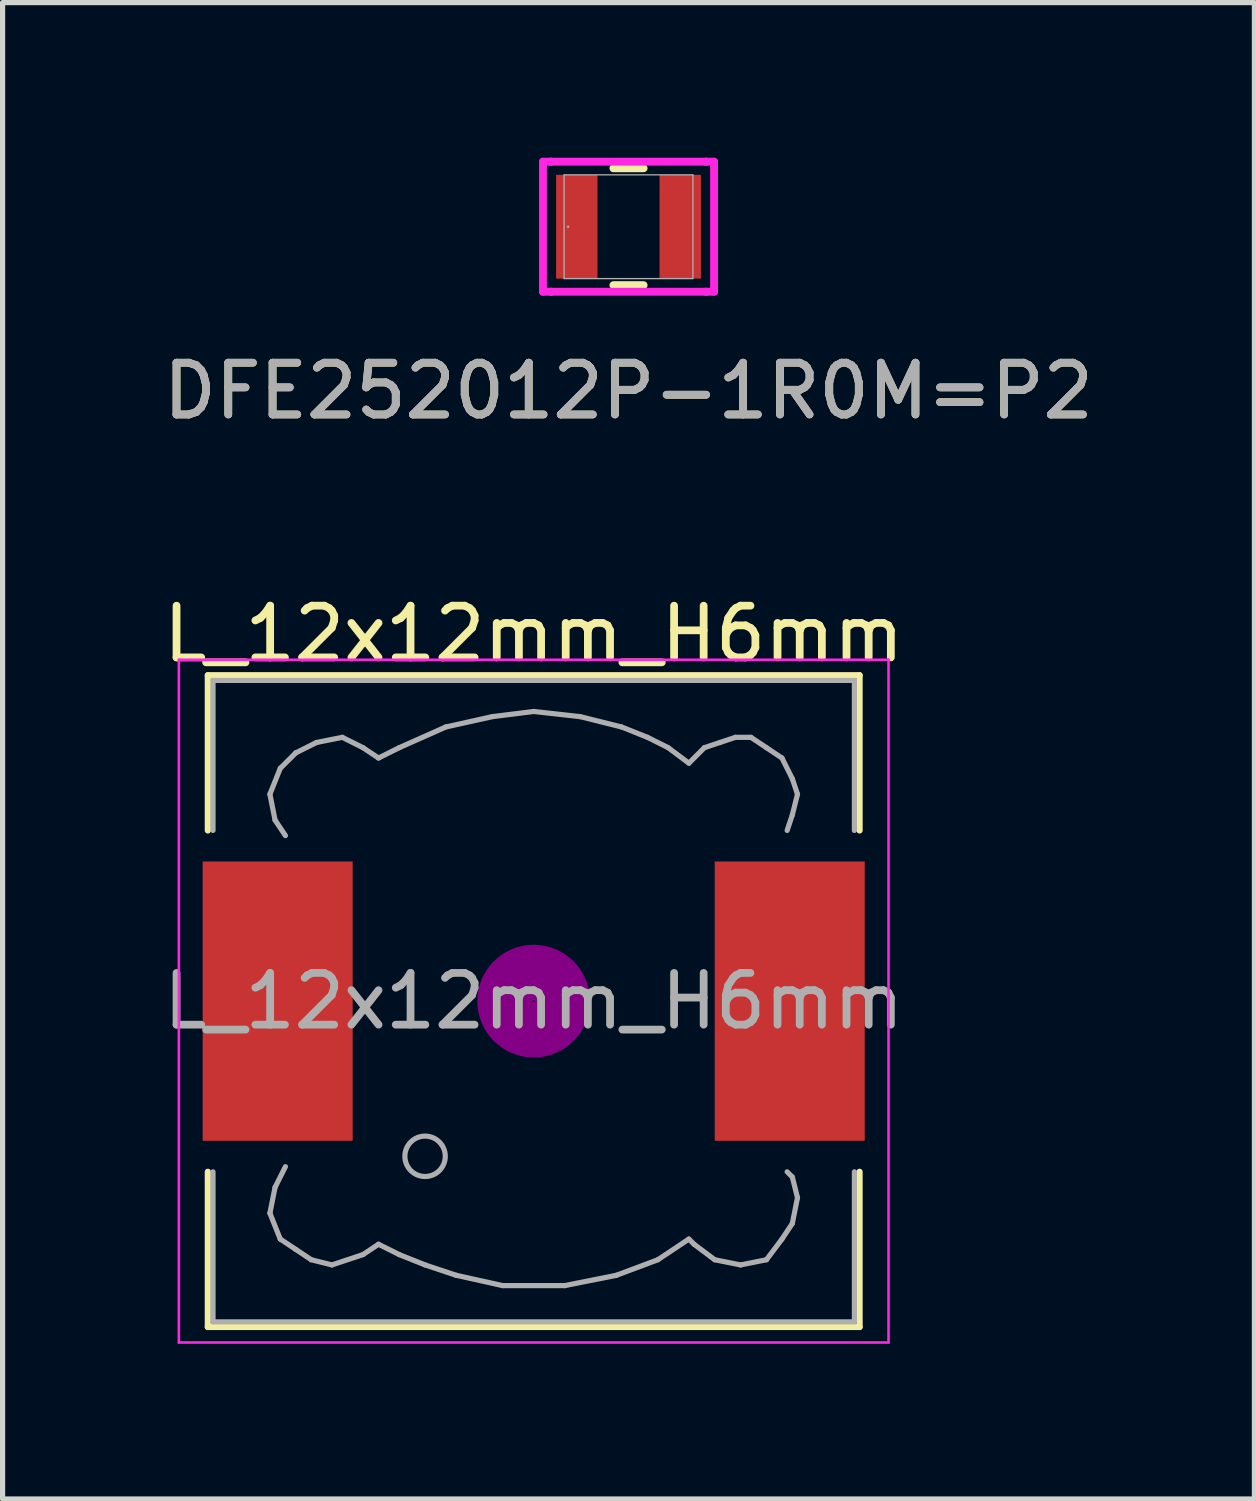
<source format=kicad_pcb>
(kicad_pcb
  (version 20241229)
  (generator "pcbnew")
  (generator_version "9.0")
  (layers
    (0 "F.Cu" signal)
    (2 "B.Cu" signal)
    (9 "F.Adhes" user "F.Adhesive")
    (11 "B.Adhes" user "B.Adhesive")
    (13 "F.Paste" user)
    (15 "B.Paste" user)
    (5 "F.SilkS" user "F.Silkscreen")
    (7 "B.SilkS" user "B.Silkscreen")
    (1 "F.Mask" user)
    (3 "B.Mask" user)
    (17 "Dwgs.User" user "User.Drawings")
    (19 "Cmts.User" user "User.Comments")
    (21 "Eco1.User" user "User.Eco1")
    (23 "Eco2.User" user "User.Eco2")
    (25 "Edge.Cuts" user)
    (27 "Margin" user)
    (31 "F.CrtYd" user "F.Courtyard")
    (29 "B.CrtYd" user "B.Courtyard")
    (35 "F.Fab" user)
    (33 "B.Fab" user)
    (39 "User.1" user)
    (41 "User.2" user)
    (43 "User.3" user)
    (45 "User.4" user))
  (footprint "DFE252012P-1R0M=P2"
    (layer "F.Cu")
    (at 9.101 1.333)
    (property "Reference" "DFE252012P-1R0M=P2" (at 0 3.175 0) (unlocked yes) (layer "F.SilkS") (effects (font (size 1 1) (thickness 0.15))))
    (attr smd)
    (fp_line (start -0.292 1.13) (end 0.292 1.13) (stroke (width 0.152) (type solid)) (layer "F.SilkS"))
    (fp_line (start 0.292 -1.13) (end -0.292 -1.13) (stroke (width 0.152) (type solid)) (layer "F.SilkS"))
    (fp_line (start -1.654 -1.257) (end -1.499 -1.257) (stroke (width 0.152) (type solid)) (layer "F.CrtYd"))
    (fp_line (start -1.654 1.257) (end -1.654 -1.257) (stroke (width 0.152) (type solid)) (layer "F.CrtYd"))
    (fp_line (start -1.499 -1.257) (end -1.499 -1.257) (stroke (width 0.152) (type solid)) (layer "F.CrtYd"))
    (fp_line (start -1.499 -1.257) (end 1.499 -1.257) (stroke (width 0.152) (type solid)) (layer "F.CrtYd"))
    (fp_line (start -1.499 1.257) (end -1.654 1.257) (stroke (width 0.152) (type solid)) (layer "F.CrtYd"))
    (fp_line (start -1.499 1.257) (end -1.499 1.257) (stroke (width 0.152) (type solid)) (layer "F.CrtYd"))
    (fp_line (start 1.499 -1.257) (end 1.499 -1.257) (stroke (width 0.152) (type solid)) (layer "F.CrtYd"))
    (fp_line (start 1.499 -1.257) (end 1.654 -1.257) (stroke (width 0.152) (type solid)) (layer "F.CrtYd"))
    (fp_line (start 1.499 1.257) (end -1.499 1.257) (stroke (width 0.152) (type solid)) (layer "F.CrtYd"))
    (fp_line (start 1.499 1.257) (end 1.499 1.257) (stroke (width 0.152) (type solid)) (layer "F.CrtYd"))
    (fp_line (start 1.654 -1.257) (end 1.654 1.257) (stroke (width 0.152) (type solid)) (layer "F.CrtYd"))
    (fp_line (start 1.654 1.257) (end 1.499 1.257) (stroke (width 0.152) (type solid)) (layer "F.CrtYd"))
    (fp_line (start -1.245 -1.003) (end -1.245 1.003) (stroke (width 0.025) (type solid)) (layer "F.Fab"))
    (fp_line (start -1.245 1.003) (end 1.245 1.003) (stroke (width 0.025) (type solid)) (layer "F.Fab"))
    (fp_line (start 1.245 -1.003) (end -1.245 -1.003) (stroke (width 0.025) (type solid)) (layer "F.Fab"))
    (fp_line (start 1.245 1.003) (end 1.245 -1.003) (stroke (width 0.025) (type solid)) (layer "F.Fab"))
    (fp_circle (center -1.168 0) (end -1.168 0) (stroke (width 0.025) (type solid)) (fill no) (layer "F.Fab"))
    (fp_text user "${REFERENCE}" (at 0 3.175 0) (unlocked yes) (layer "F.Fab") (effects (font (size 1 1) (thickness 0.15))))
    (pad "1" smd rect (at -1 0) (size 0.8 2.007) (layers "F.Cu" "F.Mask" "F.Paste"))
    (pad "2" smd rect (at 1 0) (size 0.8 2.007) (layers "F.Cu" "F.Mask" "F.Paste"))
    (zone (net_name "") (layer "F.Cu") (hatch full 0.508) (connect_pads) (min_thickness 0.254) (filled_areas_thickness no) (keepout (tracks not_allowed) (vias not_allowed) (pads allowed) (copperpour not_allowed) (footprints allowed)) (placement (enabled no)) (fill) (polygon (pts (xy 8.552 0.381) (xy 9.65 0.381) (xy 9.65 2.286) (xy 8.552 2.286)))))
  (footprint "L_12x12mm_H6mm"
    (layer "F.Cu")
    (at 7.268 16.305)
    (property "Reference" "L_12x12mm_H6mm" (at 0 -7.1 0) (layer "F.SilkS") (effects (font (size 1 1) (thickness 0.15))))
    (attr smd)
    (fp_line (start -6.3 -6.3) (end 6.3 -6.3) (stroke (width 0.12) (type solid)) (layer "F.SilkS"))
    (fp_line (start -6.3 -3.3) (end -6.3 -6.3) (stroke (width 0.12) (type solid)) (layer "F.SilkS"))
    (fp_line (start -6.3 6.3) (end -6.3 3.3) (stroke (width 0.12) (type solid)) (layer "F.SilkS"))
    (fp_line (start 6.3 -6.3) (end 6.3 -3.3) (stroke (width 0.12) (type solid)) (layer "F.SilkS"))
    (fp_line (start 6.3 3.3) (end 6.3 6.3) (stroke (width 0.12) (type solid)) (layer "F.SilkS"))
    (fp_line (start 6.3 6.3) (end -6.3 6.3) (stroke (width 0.12) (type solid)) (layer "F.SilkS"))
    (fp_circle (center 0 0) (end 0.15 0.15) (stroke (width 0.38) (type solid)) (fill no) (layer "F.Adhes"))
    (fp_circle (center 0 0) (end 0.55 0) (stroke (width 0.38) (type solid)) (fill no) (layer "F.Adhes"))
    (fp_circle (center 0 0) (end 0.9 0) (stroke (width 0.38) (type solid)) (fill no) (layer "F.Adhes"))
    (fp_line (start -6.86 -6.6) (end 6.86 -6.6) (stroke (width 0.05) (type solid)) (layer "F.CrtYd"))
    (fp_line (start -6.86 6.6) (end -6.86 -6.6) (stroke (width 0.05) (type solid)) (layer "F.CrtYd"))
    (fp_line (start 6.86 -6.6) (end 6.86 6.6) (stroke (width 0.05) (type solid)) (layer "F.CrtYd"))
    (fp_line (start 6.86 6.6) (end -6.86 6.6) (stroke (width 0.05) (type solid)) (layer "F.CrtYd"))
    (fp_line (start -6.2 -6.2) (end -6.2 -3.3) (stroke (width 0.1) (type solid)) (layer "F.Fab"))
    (fp_line (start -6.2 3.3) (end -6.2 6.2) (stroke (width 0.1) (type solid)) (layer "F.Fab"))
    (fp_line (start -6.2 6.2) (end 6.2 6.2) (stroke (width 0.1) (type solid)) (layer "F.Fab"))
    (fp_line (start -5.1 -4) (end -5 -3.5) (stroke (width 0.1) (type solid)) (layer "F.Fab"))
    (fp_line (start -5.1 4.1) (end -5 3.6) (stroke (width 0.1) (type solid)) (layer "F.Fab"))
    (fp_line (start -5 -3.5) (end -4.8 -3.2) (stroke (width 0.1) (type solid)) (layer "F.Fab"))
    (fp_line (start -5 3.6) (end -4.8 3.2) (stroke (width 0.1) (type solid)) (layer "F.Fab"))
    (fp_line (start -4.9 -4.5) (end -5.1 -4) (stroke (width 0.1) (type solid)) (layer "F.Fab"))
    (fp_line (start -4.9 4.6) (end -5.1 4.1) (stroke (width 0.1) (type solid)) (layer "F.Fab"))
    (fp_line (start -4.6 -4.8) (end -4.9 -4.5) (stroke (width 0.1) (type solid)) (layer "F.Fab"))
    (fp_line (start -4.6 4.8) (end -4.9 4.6) (stroke (width 0.1) (type solid)) (layer "F.Fab"))
    (fp_line (start -4.3 5) (end -4.6 4.8) (stroke (width 0.1) (type solid)) (layer "F.Fab"))
    (fp_line (start -4.2 -5) (end -4.6 -4.8) (stroke (width 0.1) (type solid)) (layer "F.Fab"))
    (fp_line (start -3.9 5.1) (end -4.3 5) (stroke (width 0.1) (type solid)) (layer "F.Fab"))
    (fp_line (start -3.7 -5.1) (end -4.2 -5) (stroke (width 0.1) (type solid)) (layer "F.Fab"))
    (fp_line (start -3.3 -4.9) (end -3.7 -5.1) (stroke (width 0.1) (type solid)) (layer "F.Fab"))
    (fp_line (start -3.3 4.9) (end -3.9 5.1) (stroke (width 0.1) (type solid)) (layer "F.Fab"))
    (fp_line (start -3 -4.7) (end -3.3 -4.9) (stroke (width 0.1) (type solid)) (layer "F.Fab"))
    (fp_line (start -3 4.7) (end -3.3 4.9) (stroke (width 0.1) (type solid)) (layer "F.Fab"))
    (fp_line (start -2.6 -4.9) (end -3 -4.7) (stroke (width 0.1) (type solid)) (layer "F.Fab"))
    (fp_line (start -2.6 4.9) (end -3 4.7) (stroke (width 0.1) (type solid)) (layer "F.Fab"))
    (fp_line (start -2.1 5.1) (end -2.6 4.9) (stroke (width 0.1) (type solid)) (layer "F.Fab"))
    (fp_line (start -1.7 -5.3) (end -2.6 -4.9) (stroke (width 0.1) (type solid)) (layer "F.Fab"))
    (fp_line (start -1.5 5.3) (end -2.1 5.1) (stroke (width 0.1) (type solid)) (layer "F.Fab"))
    (fp_line (start -0.8 -5.5) (end -1.7 -5.3) (stroke (width 0.1) (type solid)) (layer "F.Fab"))
    (fp_line (start -0.6 5.5) (end -1.5 5.3) (stroke (width 0.1) (type solid)) (layer "F.Fab"))
    (fp_line (start 0 -5.6) (end -0.8 -5.5) (stroke (width 0.1) (type solid)) (layer "F.Fab"))
    (fp_line (start 0.6 5.5) (end -0.6 5.5) (stroke (width 0.1) (type solid)) (layer "F.Fab"))
    (fp_line (start 0.9 -5.5) (end 0 -5.6) (stroke (width 0.1) (type solid)) (layer "F.Fab"))
    (fp_line (start 1.6 5.3) (end 0.6 5.5) (stroke (width 0.1) (type solid)) (layer "F.Fab"))
    (fp_line (start 1.7 -5.3) (end 0.9 -5.5) (stroke (width 0.1) (type solid)) (layer "F.Fab"))
    (fp_line (start 2.2 -5.1) (end 1.7 -5.3) (stroke (width 0.1) (type solid)) (layer "F.Fab"))
    (fp_line (start 2.4 5) (end 1.6 5.3) (stroke (width 0.1) (type solid)) (layer "F.Fab"))
    (fp_line (start 2.6 -4.9) (end 2.2 -5.1) (stroke (width 0.1) (type solid)) (layer "F.Fab"))
    (fp_line (start 3 -4.6) (end 2.6 -4.9) (stroke (width 0.1) (type solid)) (layer "F.Fab"))
    (fp_line (start 3 4.6) (end 2.4 5) (stroke (width 0.1) (type solid)) (layer "F.Fab"))
    (fp_line (start 3.1 4.7) (end 3 4.6) (stroke (width 0.1) (type solid)) (layer "F.Fab"))
    (fp_line (start 3.3 -4.9) (end 3 -4.6) (stroke (width 0.1) (type solid)) (layer "F.Fab"))
    (fp_line (start 3.5 5) (end 3.1 4.7) (stroke (width 0.1) (type solid)) (layer "F.Fab"))
    (fp_line (start 3.6 -5) (end 3.3 -4.9) (stroke (width 0.1) (type solid)) (layer "F.Fab"))
    (fp_line (start 3.9 -5.1) (end 3.6 -5) (stroke (width 0.1) (type solid)) (layer "F.Fab"))
    (fp_line (start 4 5.1) (end 3.5 5) (stroke (width 0.1) (type solid)) (layer "F.Fab"))
    (fp_line (start 4.2 -5.1) (end 3.9 -5.1) (stroke (width 0.1) (type solid)) (layer "F.Fab"))
    (fp_line (start 4.5 -4.9) (end 4.2 -5.1) (stroke (width 0.1) (type solid)) (layer "F.Fab"))
    (fp_line (start 4.5 5) (end 4 5.1) (stroke (width 0.1) (type solid)) (layer "F.Fab"))
    (fp_line (start 4.8 -4.7) (end 4.5 -4.9) (stroke (width 0.1) (type solid)) (layer "F.Fab"))
    (fp_line (start 4.8 4.6) (end 4.5 5) (stroke (width 0.1) (type solid)) (layer "F.Fab"))
    (fp_line (start 4.9 -3.3) (end 5 -3.6) (stroke (width 0.1) (type solid)) (layer "F.Fab"))
    (fp_line (start 4.9 3.3) (end 5 3.4) (stroke (width 0.1) (type solid)) (layer "F.Fab"))
    (fp_line (start 5 -4.3) (end 4.8 -4.7) (stroke (width 0.1) (type solid)) (layer "F.Fab"))
    (fp_line (start 5 -3.6) (end 5.1 -4) (stroke (width 0.1) (type solid)) (layer "F.Fab"))
    (fp_line (start 5 3.4) (end 5.1 3.8) (stroke (width 0.1) (type solid)) (layer "F.Fab"))
    (fp_line (start 5 4.3) (end 4.8 4.6) (stroke (width 0.1) (type solid)) (layer "F.Fab"))
    (fp_line (start 5.1 -4) (end 5 -4.3) (stroke (width 0.1) (type solid)) (layer "F.Fab"))
    (fp_line (start 5.1 3.8) (end 5 4.3) (stroke (width 0.1) (type solid)) (layer "F.Fab"))
    (fp_line (start 6.2 -6.2) (end -6.2 -6.2) (stroke (width 0.1) (type solid)) (layer "F.Fab"))
    (fp_line (start 6.2 -6.2) (end 6.2 -3.3) (stroke (width 0.1) (type solid)) (layer "F.Fab"))
    (fp_line (start 6.2 6.2) (end 6.2 3.3) (stroke (width 0.1) (type solid)) (layer "F.Fab"))
    (fp_circle (center -2.1 3) (end -1.8 3.25) (stroke (width 0.1) (type solid)) (fill no) (layer "F.Fab"))
    (fp_text user "${REFERENCE}" (at 0 0 0) (layer "F.Fab") (effects (font (size 1 1) (thickness 0.15))))
    (pad "1" smd rect (at -4.95 0) (size 2.9 5.4) (layers "F.Cu" "F.Mask" "F.Paste"))
    (pad "2" smd rect (at 4.95 0) (size 2.9 5.4) (layers "F.Cu" "F.Mask" "F.Paste")))
  (gr_rect
    (start -3 -3)
    (end 21.202 25.93)
    (stroke (width 0.1) (type default))
    (fill no)
    (layer "Edge.Cuts")))
</source>
